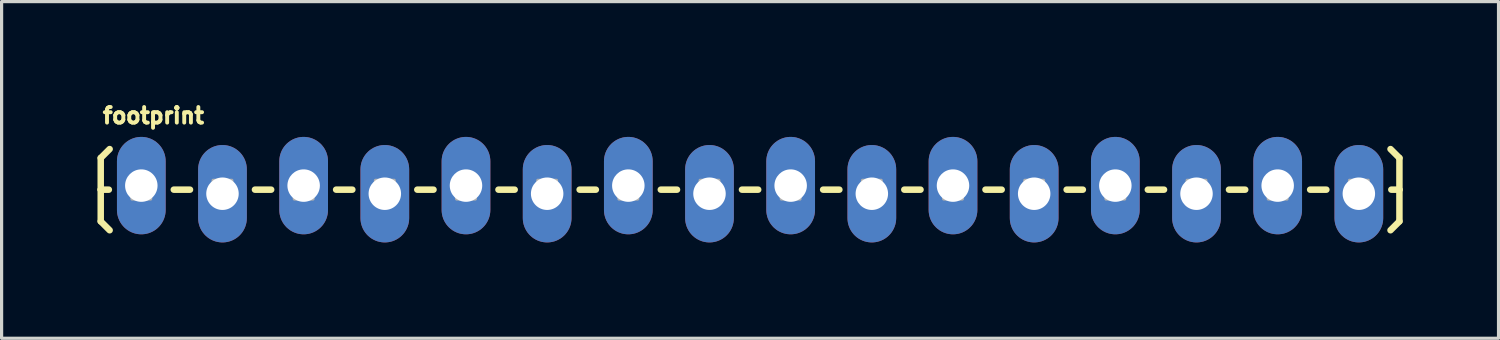
<source format=kicad_pcb>
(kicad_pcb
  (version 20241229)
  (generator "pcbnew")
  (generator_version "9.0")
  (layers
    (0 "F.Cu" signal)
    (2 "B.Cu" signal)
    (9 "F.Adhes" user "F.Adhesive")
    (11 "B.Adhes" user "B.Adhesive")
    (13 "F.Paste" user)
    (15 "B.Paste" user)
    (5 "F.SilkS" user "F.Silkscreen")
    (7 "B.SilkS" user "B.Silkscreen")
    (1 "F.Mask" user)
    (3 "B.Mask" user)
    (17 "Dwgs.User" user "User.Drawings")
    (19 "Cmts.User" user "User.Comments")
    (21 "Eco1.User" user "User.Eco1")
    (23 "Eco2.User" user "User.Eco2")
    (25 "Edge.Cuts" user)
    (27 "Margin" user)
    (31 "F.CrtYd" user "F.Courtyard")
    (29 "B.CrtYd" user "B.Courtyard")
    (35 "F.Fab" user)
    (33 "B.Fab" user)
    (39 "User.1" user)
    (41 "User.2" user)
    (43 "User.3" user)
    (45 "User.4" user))
  (footprint "footprint"
    (layer "F.Cu")
    (at 1.372 2.885)
    (property "Reference" "footprint" (at -1.27 -2.032 0) (layer "F.SilkS") (effects (font (size 0.488 0.488) (thickness 0.122)) (justify left bottom)))
    (fp_line (start -1.27 -0.991) (end -0.991 -1.27) (stroke (width 0.203) (type solid)) (layer "F.SilkS"))
    (fp_line (start -1.27 0) (end -1.27 -0.991) (stroke (width 0.203) (type solid)) (layer "F.SilkS"))
    (fp_line (start -1.27 0) (end -1.27 0.991) (stroke (width 0.203) (type solid)) (layer "F.SilkS"))
    (fp_line (start -1.27 0) (end -1.016 0) (stroke (width 0.203) (type solid)) (layer "F.SilkS"))
    (fp_line (start -1.27 0.991) (end -0.991 1.27) (stroke (width 0.203) (type solid)) (layer "F.SilkS"))
    (fp_line (start 1.524 0) (end 1.016 0) (stroke (width 0.203) (type solid)) (layer "F.SilkS"))
    (fp_line (start 4.064 0) (end 3.556 0) (stroke (width 0.203) (type solid)) (layer "F.SilkS"))
    (fp_line (start 6.604 0) (end 6.096 0) (stroke (width 0.203) (type solid)) (layer "F.SilkS"))
    (fp_line (start 9.144 0) (end 8.636 0) (stroke (width 0.203) (type solid)) (layer "F.SilkS"))
    (fp_line (start 11.684 0) (end 11.176 0) (stroke (width 0.203) (type solid)) (layer "F.SilkS"))
    (fp_line (start 14.224 0) (end 13.716 0) (stroke (width 0.203) (type solid)) (layer "F.SilkS"))
    (fp_line (start 16.764 0) (end 16.256 0) (stroke (width 0.203) (type solid)) (layer "F.SilkS"))
    (fp_line (start 19.304 0) (end 18.796 0) (stroke (width 0.203) (type solid)) (layer "F.SilkS"))
    (fp_line (start 21.844 0) (end 21.336 0) (stroke (width 0.203) (type solid)) (layer "F.SilkS"))
    (fp_line (start 24.384 0) (end 23.876 0) (stroke (width 0.203) (type solid)) (layer "F.SilkS"))
    (fp_line (start 26.924 0) (end 26.416 0) (stroke (width 0.203) (type solid)) (layer "F.SilkS"))
    (fp_line (start 29.464 0) (end 28.956 0) (stroke (width 0.203) (type solid)) (layer "F.SilkS"))
    (fp_line (start 32.004 0) (end 31.496 0) (stroke (width 0.203) (type solid)) (layer "F.SilkS"))
    (fp_line (start 34.544 0) (end 34.036 0) (stroke (width 0.203) (type solid)) (layer "F.SilkS"))
    (fp_line (start 37.084 0) (end 36.576 0) (stroke (width 0.203) (type solid)) (layer "F.SilkS"))
    (fp_line (start 39.37 -0.991) (end 39.091 -1.27) (stroke (width 0.203) (type solid)) (layer "F.SilkS"))
    (fp_line (start 39.37 0) (end 39.116 0) (stroke (width 0.203) (type solid)) (layer "F.SilkS"))
    (fp_line (start 39.37 0) (end 39.37 -0.991) (stroke (width 0.203) (type solid)) (layer "F.SilkS"))
    (fp_line (start 39.37 0) (end 39.37 0.991) (stroke (width 0.203) (type solid)) (layer "F.SilkS"))
    (fp_line (start 39.37 0.991) (end 39.091 1.27) (stroke (width 0.203) (type solid)) (layer "F.SilkS"))
    (fp_poly (pts (xy -0.292 0.292) (xy 0.292 0.292) (xy 0.292 -0.292) (xy -0.292 -0.292)) (stroke (width 0.1) (type solid)) (fill no) (layer "F.Fab"))
    (fp_poly (pts (xy 2.248 0.292) (xy 2.832 0.292) (xy 2.832 -0.292) (xy 2.248 -0.292)) (stroke (width 0.1) (type solid)) (fill no) (layer "F.Fab"))
    (fp_poly (pts (xy 4.788 0.292) (xy 5.372 0.292) (xy 5.372 -0.292) (xy 4.788 -0.292)) (stroke (width 0.1) (type solid)) (fill no) (layer "F.Fab"))
    (fp_poly (pts (xy 7.912 0.292) (xy 7.912 -0.292) (xy 7.328 -0.292) (xy 7.328 0.292)) (stroke (width 0.1) (type solid)) (fill no) (layer "F.Fab"))
    (fp_poly (pts (xy 9.868 0.292) (xy 10.452 0.292) (xy 10.452 -0.292) (xy 9.868 -0.292)) (stroke (width 0.1) (type solid)) (fill no) (layer "F.Fab"))
    (fp_poly (pts (xy 12.408 0.292) (xy 12.992 0.292) (xy 12.992 -0.292) (xy 12.408 -0.292)) (stroke (width 0.1) (type solid)) (fill no) (layer "F.Fab"))
    (fp_poly (pts (xy 14.948 0.292) (xy 15.532 0.292) (xy 15.532 -0.292) (xy 14.948 -0.292)) (stroke (width 0.1) (type solid)) (fill no) (layer "F.Fab"))
    (fp_poly (pts (xy 17.488 0.292) (xy 18.072 0.292) (xy 18.072 -0.292) (xy 17.488 -0.292)) (stroke (width 0.1) (type solid)) (fill no) (layer "F.Fab"))
    (fp_poly (pts (xy 20.028 0.292) (xy 20.612 0.292) (xy 20.612 -0.292) (xy 20.028 -0.292)) (stroke (width 0.1) (type solid)) (fill no) (layer "F.Fab"))
    (fp_poly (pts (xy 23.152 0.292) (xy 23.152 -0.292) (xy 22.568 -0.292) (xy 22.568 0.292)) (stroke (width 0.1) (type solid)) (fill no) (layer "F.Fab"))
    (fp_poly (pts (xy 25.108 0.292) (xy 25.692 0.292) (xy 25.692 -0.292) (xy 25.108 -0.292)) (stroke (width 0.1) (type solid)) (fill no) (layer "F.Fab"))
    (fp_poly (pts (xy 27.648 0.292) (xy 28.232 0.292) (xy 28.232 -0.292) (xy 27.648 -0.292)) (stroke (width 0.1) (type solid)) (fill no) (layer "F.Fab"))
    (fp_poly (pts (xy 30.188 0.292) (xy 30.772 0.292) (xy 30.772 -0.292) (xy 30.188 -0.292)) (stroke (width 0.1) (type solid)) (fill no) (layer "F.Fab"))
    (fp_poly (pts (xy 32.728 0.292) (xy 33.312 0.292) (xy 33.312 -0.292) (xy 32.728 -0.292)) (stroke (width 0.1) (type solid)) (fill no) (layer "F.Fab"))
    (fp_poly (pts (xy 35.268 0.292) (xy 35.852 0.292) (xy 35.852 -0.292) (xy 35.268 -0.292)) (stroke (width 0.1) (type solid)) (fill no) (layer "F.Fab"))
    (fp_poly (pts (xy 38.392 0.292) (xy 38.392 -0.292) (xy 37.808 -0.292) (xy 37.808 0.292)) (stroke (width 0.1) (type solid)) (fill no) (layer "F.Fab"))
    (pad "1" thru_hole oval (at 0 -0.127 90) (size 3.048 1.524) (drill 1.016) (layers "*.Cu" "*.Mask"))
    (pad "2" thru_hole oval (at 2.54 0.127 90) (size 3.048 1.524) (drill 1.016) (layers "*.Cu" "*.Mask"))
    (pad "3" thru_hole oval (at 5.08 -0.127 90) (size 3.048 1.524) (drill 1.016) (layers "*.Cu" "*.Mask"))
    (pad "4" thru_hole oval (at 7.62 0.127 90) (size 3.048 1.524) (drill 1.016) (layers "*.Cu" "*.Mask"))
    (pad "5" thru_hole oval (at 10.16 -0.127 90) (size 3.048 1.524) (drill 1.016) (layers "*.Cu" "*.Mask"))
    (pad "6" thru_hole oval (at 12.7 0.127 90) (size 3.048 1.524) (drill 1.016) (layers "*.Cu" "*.Mask"))
    (pad "7" thru_hole oval (at 15.24 -0.127 90) (size 3.048 1.524) (drill 1.016) (layers "*.Cu" "*.Mask"))
    (pad "8" thru_hole oval (at 17.78 0.127 90) (size 3.048 1.524) (drill 1.016) (layers "*.Cu" "*.Mask"))
    (pad "9" thru_hole oval (at 20.32 -0.127 90) (size 3.048 1.524) (drill 1.016) (layers "*.Cu" "*.Mask"))
    (pad "10" thru_hole oval (at 22.86 0.127 90) (size 3.048 1.524) (drill 1.016) (layers "*.Cu" "*.Mask"))
    (pad "11" thru_hole oval (at 25.4 -0.127 90) (size 3.048 1.524) (drill 1.016) (layers "*.Cu" "*.Mask"))
    (pad "12" thru_hole oval (at 27.94 0.127 90) (size 3.048 1.524) (drill 1.016) (layers "*.Cu" "*.Mask"))
    (pad "13" thru_hole oval (at 30.48 -0.127 90) (size 3.048 1.524) (drill 1.016) (layers "*.Cu" "*.Mask"))
    (pad "14" thru_hole oval (at 33.02 0.127 90) (size 3.048 1.524) (drill 1.016) (layers "*.Cu" "*.Mask"))
    (pad "15" thru_hole oval (at 35.56 -0.127 90) (size 3.048 1.524) (drill 1.016) (layers "*.Cu" "*.Mask"))
    (pad "16" thru_hole oval (at 38.1 0.127 90) (size 3.048 1.524) (drill 1.016) (layers "*.Cu" "*.Mask")))
  (gr_rect
    (start -3 -3)
    (end 43.843 7.536)
    (stroke (width 0.1) (type default))
    (fill no)
    (layer "Edge.Cuts")))
</source>
